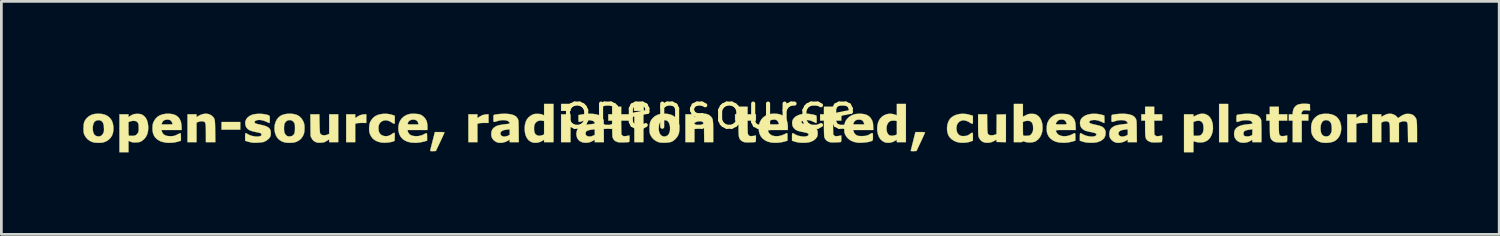
<source format=kicad_pcb>
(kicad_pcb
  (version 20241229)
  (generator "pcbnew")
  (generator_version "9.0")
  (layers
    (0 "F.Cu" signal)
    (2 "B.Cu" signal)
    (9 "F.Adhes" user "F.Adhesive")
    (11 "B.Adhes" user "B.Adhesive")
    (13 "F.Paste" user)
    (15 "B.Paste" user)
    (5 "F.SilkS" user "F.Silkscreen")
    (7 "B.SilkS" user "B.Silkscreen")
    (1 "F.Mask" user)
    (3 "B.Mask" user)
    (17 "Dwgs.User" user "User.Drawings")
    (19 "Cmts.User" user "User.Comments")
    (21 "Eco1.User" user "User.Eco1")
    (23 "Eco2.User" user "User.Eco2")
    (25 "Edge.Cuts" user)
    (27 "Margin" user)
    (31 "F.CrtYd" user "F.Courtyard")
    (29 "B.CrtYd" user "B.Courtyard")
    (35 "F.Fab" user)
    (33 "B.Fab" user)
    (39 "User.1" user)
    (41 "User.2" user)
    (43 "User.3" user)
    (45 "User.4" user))
  (footprint "opensource"
    (layer "F.Cu")
    (at 22.896 1.006)
    (property "Reference" "opensource" (at 0 0 0) (layer "F.SilkS") (effects (font (size 1.27 1.27) (thickness 0.15))))
    (attr through_hole)
    (fp_poly (pts (xy -17.158 0.686) (xy -17.843 0.686) (xy -17.843 0.406) (xy -17.158 0.406) (xy -17.158 0.686)) (stroke (width 0.01) (type solid)) (fill yes) (layer "F.SilkS"))
    (fp_poly (pts (xy -5.08 0) (xy -5.423 0) (xy -5.423 -0.254) (xy -5.08 -0.254) (xy -5.08 0)) (stroke (width 0.01) (type solid)) (fill yes) (layer "F.SilkS"))
    (fp_poly (pts (xy -5.08 1.143) (xy -5.423 1.143) (xy -5.423 0.127) (xy -5.08 0.127) (xy -5.08 1.143)) (stroke (width 0.01) (type solid)) (fill yes) (layer "F.SilkS"))
    (fp_poly (pts (xy -2.413 1.143) (xy -2.743 1.143) (xy -2.743 0.127) (xy -2.413 0.127) (xy -2.413 1.143)) (stroke (width 0.01) (type solid)) (fill yes) (layer "F.SilkS"))
    (fp_poly (pts (xy -2.4 0) (xy -2.756 0) (xy -2.756 -0.254) (xy -2.4 -0.254) (xy -2.4 0)) (stroke (width 0.01) (type solid)) (fill yes) (layer "F.SilkS"))
    (fp_poly (pts (xy 18.974 1.143) (xy 18.644 1.143) (xy 18.644 -0.254) (xy 18.974 -0.254) (xy 18.974 1.143)) (stroke (width 0.01) (type solid)) (fill yes) (layer "F.SilkS"))
    (fp_poly (pts (xy -12.954 0.266) (xy -12.882 0.215) (xy -12.786 0.161) (xy -12.686 0.133) (xy -12.615 0.127) (xy -12.548 0.127) (xy -12.548 0.44) (xy -12.697 0.439) (xy -12.766 0.441) (xy -12.83 0.444) (xy -12.879 0.45) (xy -12.9 0.455) (xy -12.954 0.471) (xy -12.954 1.143) (xy -13.284 1.143) (xy -13.284 0.127) (xy -12.954 0.127) (xy -12.954 0.266)) (stroke (width 0.01) (type solid)) (fill yes) (layer "F.SilkS"))
    (fp_poly (pts (xy -8.484 0.266) (xy -8.411 0.215) (xy -8.315 0.161) (xy -8.215 0.133) (xy -8.145 0.127) (xy -8.077 0.127) (xy -8.077 0.44) (xy -8.226 0.439) (xy -8.296 0.441) (xy -8.359 0.444) (xy -8.409 0.45) (xy -8.43 0.455) (xy -8.484 0.471) (xy -8.484 1.143) (xy -8.814 1.143) (xy -8.814 0.127) (xy -8.484 0.127) (xy -8.484 0.266)) (stroke (width 0.01) (type solid)) (fill yes) (layer "F.SilkS"))
    (fp_poly (pts (xy 23.66 0.267) (xy 23.723 0.221) (xy 23.809 0.172) (xy 23.902 0.139) (xy 23.992 0.127) (xy 23.996 0.127) (xy 24.067 0.127) (xy 24.067 0.44) (xy 23.917 0.439) (xy 23.848 0.441) (xy 23.784 0.444) (xy 23.735 0.45) (xy 23.714 0.455) (xy 23.66 0.471) (xy 23.66 1.143) (xy 23.33 1.143) (xy 23.33 0.127) (xy 23.66 0.127) (xy 23.66 0.267)) (stroke (width 0.01) (type solid)) (fill yes) (layer "F.SilkS"))
    (fp_poly (pts (xy -9.791 0.775) (xy -9.739 0.777) (xy -9.708 0.781) (xy -9.693 0.786) (xy -9.691 0.791) (xy -9.696 0.806) (xy -9.711 0.841) (xy -9.734 0.893) (xy -9.764 0.958) (xy -9.8 1.035) (xy -9.839 1.119) (xy -9.847 1.137) (xy -10.004 1.467) (xy -10.107 1.471) (xy -10.162 1.471) (xy -10.194 1.469) (xy -10.209 1.463) (xy -10.211 1.458) (xy -10.208 1.442) (xy -10.199 1.404) (xy -10.186 1.349) (xy -10.169 1.279) (xy -10.148 1.198) (xy -10.126 1.11) (xy -10.125 1.108) (xy -10.04 0.775) (xy -9.865 0.775) (xy -9.791 0.775)) (stroke (width 0.01) (type solid)) (fill yes) (layer "F.SilkS"))
    (fp_poly (pts (xy 7.786 0.775) (xy 7.838 0.777) (xy 7.87 0.781) (xy 7.885 0.787) (xy 7.887 0.791) (xy 7.881 0.806) (xy 7.866 0.841) (xy 7.843 0.893) (xy 7.813 0.958) (xy 7.778 1.035) (xy 7.739 1.119) (xy 7.73 1.137) (xy 7.574 1.467) (xy 7.47 1.471) (xy 7.422 1.471) (xy 7.386 1.469) (xy 7.367 1.466) (xy 7.365 1.464) (xy 7.368 1.45) (xy 7.377 1.414) (xy 7.39 1.36) (xy 7.407 1.291) (xy 7.427 1.211) (xy 7.449 1.122) (xy 7.451 1.114) (xy 7.537 0.775) (xy 7.712 0.775) (xy 7.786 0.775)) (stroke (width 0.01) (type solid)) (fill yes) (layer "F.SilkS"))
    (fp_poly (pts (xy 21.84 -0.26) (xy 21.85 -0.259) (xy 21.965 -0.248) (xy 21.968 -0.13) (xy 21.972 -0.013) (xy 21.854 -0.021) (xy 21.797 -0.024) (xy 21.76 -0.025) (xy 21.736 -0.021) (xy 21.718 -0.012) (xy 21.701 0.001) (xy 21.673 0.04) (xy 21.659 0.079) (xy 21.651 0.127) (xy 21.907 0.127) (xy 21.907 0.356) (xy 21.666 0.356) (xy 21.666 1.143) (xy 21.336 1.143) (xy 21.336 0.356) (xy 21.196 0.356) (xy 21.196 0.127) (xy 21.333 0.127) (xy 21.339 0.047) (xy 21.357 -0.045) (xy 21.394 -0.123) (xy 21.45 -0.184) (xy 21.51 -0.223) (xy 21.573 -0.244) (xy 21.653 -0.257) (xy 21.745 -0.263) (xy 21.84 -0.26)) (stroke (width 0.01) (type solid)) (fill yes) (layer "F.SilkS"))
    (fp_poly (pts (xy -14.259 0.454) (xy -14.257 0.554) (xy -14.254 0.642) (xy -14.25 0.715) (xy -14.246 0.771) (xy -14.241 0.806) (xy -14.239 0.815) (xy -14.21 0.856) (xy -14.163 0.883) (xy -14.105 0.894) (xy -14.038 0.889) (xy -13.968 0.867) (xy -13.966 0.866) (xy -13.906 0.84) (xy -13.906 0.127) (xy -13.576 0.127) (xy -13.576 1.143) (xy -13.906 1.143) (xy -13.906 1.042) (xy -13.973 1.083) (xy -14.016 1.109) (xy -14.057 1.131) (xy -14.078 1.142) (xy -14.121 1.154) (xy -14.18 1.161) (xy -14.246 1.164) (xy -14.309 1.162) (xy -14.361 1.154) (xy -14.374 1.151) (xy -14.452 1.113) (xy -14.513 1.057) (xy -14.553 0.992) (xy -14.586 0.921) (xy -14.594 0.127) (xy -14.265 0.127) (xy -14.259 0.454)) (stroke (width 0.01) (type solid)) (fill yes) (layer "F.SilkS"))
    (fp_poly (pts (xy -18.302 0.12) (xy -18.222 0.159) (xy -18.18 0.192) (xy -18.154 0.217) (xy -18.133 0.241) (xy -18.117 0.267) (xy -18.104 0.298) (xy -18.094 0.338) (xy -18.087 0.388) (xy -18.082 0.452) (xy -18.079 0.532) (xy -18.077 0.633) (xy -18.075 0.752) (xy -18.07 1.143) (xy -18.415 1.143) (xy -18.415 0.829) (xy -18.416 0.716) (xy -18.417 0.626) (xy -18.42 0.555) (xy -18.425 0.501) (xy -18.432 0.462) (xy -18.442 0.433) (xy -18.455 0.414) (xy -18.471 0.399) (xy -18.473 0.398) (xy -18.515 0.383) (xy -18.57 0.379) (xy -18.632 0.385) (xy -18.69 0.401) (xy -18.7 0.405) (xy -18.758 0.43) (xy -18.758 1.143) (xy -19.088 1.143) (xy -19.088 0.127) (xy -18.758 0.127) (xy -18.758 0.227) (xy -18.685 0.183) (xy -18.586 0.134) (xy -18.487 0.108) (xy -18.392 0.103) (xy -18.302 0.12)) (stroke (width 0.01) (type solid)) (fill yes) (layer "F.SilkS"))
    (fp_poly (pts (xy -0.102 0.113) (xy -0.021 0.146) (xy 0.045 0.196) (xy 0.069 0.222) (xy 0.089 0.248) (xy 0.105 0.276) (xy 0.117 0.31) (xy 0.126 0.352) (xy 0.132 0.406) (xy 0.136 0.473) (xy 0.139 0.558) (xy 0.14 0.663) (xy 0.14 0.764) (xy 0.14 1.143) (xy -0.188 1.143) (xy -0.193 0.809) (xy -0.194 0.701) (xy -0.196 0.615) (xy -0.199 0.549) (xy -0.204 0.499) (xy -0.211 0.462) (xy -0.22 0.436) (xy -0.233 0.418) (xy -0.25 0.404) (xy -0.27 0.392) (xy -0.312 0.38) (xy -0.368 0.378) (xy -0.428 0.387) (xy -0.484 0.405) (xy -0.487 0.407) (xy -0.546 0.435) (xy -0.546 1.143) (xy -0.876 1.143) (xy -0.876 0.127) (xy -0.546 0.127) (xy -0.546 0.23) (xy -0.492 0.197) (xy -0.389 0.143) (xy -0.288 0.112) (xy -0.192 0.102) (xy -0.102 0.113)) (stroke (width 0.01) (type solid)) (fill yes) (layer "F.SilkS"))
    (fp_poly (pts (xy 10.846 1.144) (xy 10.678 1.14) (xy 10.509 1.137) (xy 10.505 1.095) (xy 10.501 1.067) (xy 10.497 1.054) (xy 10.496 1.054) (xy 10.484 1.06) (xy 10.456 1.076) (xy 10.43 1.093) (xy 10.338 1.137) (xy 10.238 1.163) (xy 10.136 1.167) (xy 10.065 1.157) (xy 9.985 1.125) (xy 9.92 1.073) (xy 9.871 1.004) (xy 9.849 0.95) (xy 9.843 0.926) (xy 9.839 0.894) (xy 9.835 0.852) (xy 9.833 0.798) (xy 9.831 0.727) (xy 9.83 0.637) (xy 9.83 0.526) (xy 9.83 0.506) (xy 9.83 0.127) (xy 10.158 0.127) (xy 10.162 0.46) (xy 10.164 0.57) (xy 10.166 0.656) (xy 10.169 0.723) (xy 10.174 0.774) (xy 10.18 0.811) (xy 10.189 0.837) (xy 10.201 0.855) (xy 10.217 0.868) (xy 10.233 0.878) (xy 10.278 0.891) (xy 10.337 0.893) (xy 10.4 0.884) (xy 10.444 0.871) (xy 10.503 0.849) (xy 10.506 0.491) (xy 10.509 0.133) (xy 10.846 0.126) (xy 10.846 1.144)) (stroke (width 0.01) (type solid)) (fill yes) (layer "F.SilkS"))
    (fp_poly (pts (xy 16.269 0.127) (xy 16.561 0.127) (xy 16.561 0.356) (xy 16.267 0.356) (xy 16.271 0.611) (xy 16.275 0.866) (xy 16.312 0.898) (xy 16.337 0.916) (xy 16.362 0.925) (xy 16.397 0.925) (xy 16.42 0.923) (xy 16.467 0.917) (xy 16.509 0.911) (xy 16.526 0.907) (xy 16.561 0.899) (xy 16.561 1.014) (xy 16.559 1.08) (xy 16.554 1.122) (xy 16.545 1.138) (xy 16.528 1.142) (xy 16.49 1.146) (xy 16.437 1.149) (xy 16.374 1.152) (xy 16.358 1.152) (xy 16.283 1.153) (xy 16.228 1.153) (xy 16.186 1.149) (xy 16.151 1.143) (xy 16.119 1.132) (xy 16.073 1.112) (xy 16.031 1.086) (xy 16.015 1.073) (xy 15.992 1.048) (xy 15.974 1.021) (xy 15.961 0.988) (xy 15.951 0.946) (xy 15.945 0.891) (xy 15.941 0.82) (xy 15.939 0.729) (xy 15.938 0.639) (xy 15.938 0.356) (xy 15.799 0.356) (xy 15.799 0.127) (xy 15.938 0.127) (xy 15.938 -0.152) (xy 16.269 -0.152) (xy 16.269 0.127)) (stroke (width 0.01) (type solid)) (fill yes) (layer "F.SilkS"))
    (fp_poly (pts (xy 4.521 0.127) (xy 4.826 0.127) (xy 4.826 0.356) (xy 4.52 0.356) (xy 4.524 0.611) (xy 4.528 0.866) (xy 4.565 0.898) (xy 4.59 0.916) (xy 4.614 0.925) (xy 4.649 0.925) (xy 4.673 0.923) (xy 4.721 0.917) (xy 4.766 0.91) (xy 4.785 0.907) (xy 4.826 0.899) (xy 4.826 1.013) (xy 4.825 1.069) (xy 4.823 1.105) (xy 4.817 1.125) (xy 4.807 1.135) (xy 4.804 1.137) (xy 4.783 1.141) (xy 4.743 1.145) (xy 4.688 1.148) (xy 4.624 1.151) (xy 4.61 1.151) (xy 4.536 1.153) (xy 4.481 1.153) (xy 4.44 1.149) (xy 4.406 1.143) (xy 4.373 1.133) (xy 4.369 1.132) (xy 4.297 1.094) (xy 4.243 1.04) (xy 4.209 0.973) (xy 4.205 0.959) (xy 4.201 0.928) (xy 4.197 0.875) (xy 4.194 0.806) (xy 4.192 0.723) (xy 4.191 0.632) (xy 4.191 0.356) (xy 4.051 0.356) (xy 4.051 0.127) (xy 4.191 0.127) (xy 4.191 -0.152) (xy 4.521 -0.152) (xy 4.521 0.127)) (stroke (width 0.01) (type solid)) (fill yes) (layer "F.SilkS"))
    (fp_poly (pts (xy -3.226 0.127) (xy -2.921 0.127) (xy -2.921 0.356) (xy -3.227 0.356) (xy -3.223 0.611) (xy -3.219 0.866) (xy -3.182 0.898) (xy -3.157 0.916) (xy -3.133 0.925) (xy -3.098 0.925) (xy -3.074 0.923) (xy -3.026 0.917) (xy -2.981 0.91) (xy -2.962 0.907) (xy -2.921 0.899) (xy -2.921 1.013) (xy -2.922 1.069) (xy -2.924 1.105) (xy -2.93 1.125) (xy -2.94 1.135) (xy -2.943 1.137) (xy -2.964 1.141) (xy -3.004 1.145) (xy -3.059 1.149) (xy -3.123 1.151) (xy -3.137 1.152) (xy -3.212 1.153) (xy -3.267 1.152) (xy -3.309 1.149) (xy -3.343 1.142) (xy -3.375 1.133) (xy -3.435 1.107) (xy -3.477 1.075) (xy -3.511 1.03) (xy -3.522 1.01) (xy -3.531 0.992) (xy -3.538 0.973) (xy -3.543 0.949) (xy -3.547 0.916) (xy -3.549 0.871) (xy -3.551 0.811) (xy -3.553 0.732) (xy -3.554 0.657) (xy -3.558 0.356) (xy -3.696 0.356) (xy -3.696 0.127) (xy -3.556 0.127) (xy -3.556 -0.152) (xy -3.226 -0.152) (xy -3.226 0.127)) (stroke (width 0.01) (type solid)) (fill yes) (layer "F.SilkS"))
    (fp_poly (pts (xy 20.828 0.127) (xy 21.133 0.127) (xy 21.133 0.356) (xy 20.828 0.356) (xy 20.828 0.575) (xy 20.829 0.651) (xy 20.831 0.721) (xy 20.834 0.78) (xy 20.838 0.824) (xy 20.841 0.841) (xy 20.858 0.881) (xy 20.884 0.907) (xy 20.922 0.921) (xy 20.976 0.923) (xy 21.048 0.915) (xy 21.092 0.907) (xy 21.133 0.899) (xy 21.133 1.013) (xy 21.132 1.069) (xy 21.129 1.105) (xy 21.124 1.125) (xy 21.114 1.135) (xy 21.111 1.137) (xy 21.083 1.143) (xy 21.036 1.148) (xy 20.977 1.151) (xy 20.91 1.152) (xy 20.842 1.151) (xy 20.779 1.149) (xy 20.728 1.145) (xy 20.695 1.139) (xy 20.693 1.138) (xy 20.621 1.106) (xy 20.568 1.06) (xy 20.534 1.006) (xy 20.524 0.986) (xy 20.517 0.965) (xy 20.512 0.941) (xy 20.508 0.909) (xy 20.505 0.866) (xy 20.503 0.808) (xy 20.501 0.732) (xy 20.5 0.651) (xy 20.496 0.356) (xy 20.371 0.356) (xy 20.371 0.127) (xy 20.498 0.127) (xy 20.498 -0.152) (xy 20.828 -0.152) (xy 20.828 0.127)) (stroke (width 0.01) (type solid)) (fill yes) (layer "F.SilkS"))
    (fp_poly (pts (xy 1.397 0.127) (xy 1.702 0.127) (xy 1.702 0.356) (xy 1.397 0.356) (xy 1.397 0.575) (xy 1.398 0.651) (xy 1.4 0.721) (xy 1.403 0.78) (xy 1.407 0.824) (xy 1.41 0.841) (xy 1.427 0.881) (xy 1.453 0.907) (xy 1.491 0.921) (xy 1.545 0.923) (xy 1.617 0.915) (xy 1.661 0.907) (xy 1.702 0.899) (xy 1.702 1.013) (xy 1.701 1.069) (xy 1.698 1.105) (xy 1.693 1.125) (xy 1.683 1.135) (xy 1.68 1.137) (xy 1.659 1.141) (xy 1.619 1.145) (xy 1.564 1.148) (xy 1.5 1.151) (xy 1.486 1.151) (xy 1.403 1.152) (xy 1.34 1.15) (xy 1.292 1.145) (xy 1.255 1.136) (xy 1.254 1.136) (xy 1.207 1.114) (xy 1.162 1.084) (xy 1.15 1.073) (xy 1.125 1.045) (xy 1.105 1.014) (xy 1.091 0.978) (xy 1.08 0.932) (xy 1.073 0.873) (xy 1.069 0.798) (xy 1.067 0.703) (xy 1.067 0.626) (xy 1.067 0.356) (xy 0.94 0.356) (xy 0.94 0.127) (xy 1.067 0.127) (xy 1.067 -0.152) (xy 1.397 -0.152) (xy 1.397 0.127)) (stroke (width 0.01) (type solid)) (fill yes) (layer "F.SilkS"))
    (fp_poly (pts (xy 7.188 1.143) (xy 6.86 1.143) (xy 6.856 1.099) (xy 6.852 1.054) (xy 6.795 1.092) (xy 6.714 1.134) (xy 6.624 1.16) (xy 6.533 1.168) (xy 6.448 1.158) (xy 6.422 1.15) (xy 6.334 1.106) (xy 6.262 1.042) (xy 6.206 0.959) (xy 6.166 0.856) (xy 6.142 0.734) (xy 6.14 0.716) (xy 6.139 0.669) (xy 6.479 0.669) (xy 6.488 0.739) (xy 6.508 0.803) (xy 6.54 0.855) (xy 6.584 0.891) (xy 6.608 0.901) (xy 6.666 0.909) (xy 6.732 0.905) (xy 6.795 0.888) (xy 6.811 0.881) (xy 6.858 0.859) (xy 6.858 0.37) (xy 6.819 0.362) (xy 6.755 0.354) (xy 6.688 0.357) (xy 6.629 0.368) (xy 6.609 0.376) (xy 6.56 0.412) (xy 6.523 0.463) (xy 6.496 0.526) (xy 6.482 0.597) (xy 6.479 0.669) (xy 6.139 0.669) (xy 6.138 0.615) (xy 6.15 0.511) (xy 6.175 0.415) (xy 6.19 0.375) (xy 6.243 0.285) (xy 6.313 0.211) (xy 6.397 0.156) (xy 6.491 0.12) (xy 6.592 0.104) (xy 6.696 0.112) (xy 6.766 0.13) (xy 6.858 0.161) (xy 6.858 -0.254) (xy 7.188 -0.254) (xy 7.188 1.143)) (stroke (width 0.01) (type solid)) (fill yes) (layer "F.SilkS"))
    (fp_poly (pts (xy -5.702 1.143) (xy -6.045 1.143) (xy -6.045 1.055) (xy -6.106 1.093) (xy -6.198 1.138) (xy -6.297 1.163) (xy -6.397 1.166) (xy -6.458 1.157) (xy -6.543 1.123) (xy -6.614 1.07) (xy -6.672 0.996) (xy -6.716 0.905) (xy -6.744 0.797) (xy -6.756 0.675) (xy -6.756 0.648) (xy -6.754 0.616) (xy -6.413 0.616) (xy -6.412 0.688) (xy -6.404 0.755) (xy -6.389 0.808) (xy -6.388 0.81) (xy -6.352 0.86) (xy -6.301 0.894) (xy -6.238 0.91) (xy -6.169 0.906) (xy -6.096 0.883) (xy -6.092 0.881) (xy -6.045 0.859) (xy -6.045 0.37) (xy -6.084 0.362) (xy -6.174 0.352) (xy -6.252 0.363) (xy -6.317 0.396) (xy -6.367 0.449) (xy -6.394 0.498) (xy -6.407 0.55) (xy -6.413 0.616) (xy -6.754 0.616) (xy -6.747 0.518) (xy -6.72 0.405) (xy -6.674 0.31) (xy -6.61 0.231) (xy -6.527 0.169) (xy -6.493 0.15) (xy -6.45 0.13) (xy -6.415 0.118) (xy -6.38 0.111) (xy -6.334 0.109) (xy -6.287 0.109) (xy -6.22 0.111) (xy -6.171 0.116) (xy -6.131 0.127) (xy -6.106 0.137) (xy -6.045 0.164) (xy -6.045 -0.254) (xy -5.702 -0.254) (xy -5.702 1.143)) (stroke (width 0.01) (type solid)) (fill yes) (layer "F.SilkS"))
    (fp_poly (pts (xy 18.1 0.107) (xy 18.185 0.135) (xy 18.259 0.183) (xy 18.321 0.252) (xy 18.37 0.34) (xy 18.403 0.447) (xy 18.415 0.521) (xy 18.42 0.653) (xy 18.403 0.776) (xy 18.366 0.888) (xy 18.32 0.972) (xy 18.28 1.023) (xy 18.238 1.063) (xy 18.184 1.099) (xy 18.148 1.118) (xy 18.077 1.143) (xy 17.992 1.154) (xy 17.899 1.152) (xy 17.805 1.137) (xy 17.72 1.109) (xy 17.713 1.112) (xy 17.709 1.129) (xy 17.706 1.162) (xy 17.704 1.215) (xy 17.704 1.29) (xy 17.704 1.307) (xy 17.704 1.511) (xy 17.361 1.511) (xy 17.361 0.405) (xy 17.704 0.405) (xy 17.704 0.652) (xy 17.704 0.744) (xy 17.706 0.812) (xy 17.708 0.86) (xy 17.712 0.89) (xy 17.717 0.905) (xy 17.72 0.907) (xy 17.739 0.91) (xy 17.777 0.911) (xy 17.825 0.911) (xy 17.837 0.911) (xy 17.893 0.908) (xy 17.932 0.902) (xy 17.961 0.891) (xy 17.982 0.877) (xy 18.029 0.828) (xy 18.06 0.761) (xy 18.074 0.673) (xy 18.075 0.635) (xy 18.07 0.541) (xy 18.052 0.469) (xy 18.022 0.416) (xy 17.978 0.38) (xy 17.948 0.367) (xy 17.891 0.359) (xy 17.824 0.364) (xy 17.757 0.383) (xy 17.749 0.386) (xy 17.704 0.405) (xy 17.361 0.405) (xy 17.361 0.127) (xy 17.704 0.127) (xy 17.704 0.213) (xy 17.803 0.162) (xy 17.908 0.12) (xy 18.008 0.102) (xy 18.1 0.107)) (stroke (width 0.01) (type solid)) (fill yes) (layer "F.SilkS"))
    (fp_poly (pts (xy -11.788 0.108) (xy -11.669 0.126) (xy -11.575 0.154) (xy -11.506 0.18) (xy -11.506 0.325) (xy -11.506 0.387) (xy -11.508 0.429) (xy -11.511 0.453) (xy -11.517 0.466) (xy -11.526 0.47) (xy -11.531 0.47) (xy -11.555 0.462) (xy -11.589 0.443) (xy -11.615 0.426) (xy -11.675 0.389) (xy -11.746 0.36) (xy -11.814 0.345) (xy -11.842 0.343) (xy -11.919 0.354) (xy -11.987 0.386) (xy -12.043 0.435) (xy -12.081 0.497) (xy -12.088 0.517) (xy -12.1 0.58) (xy -12.102 0.651) (xy -12.096 0.72) (xy -12.081 0.777) (xy -12.079 0.782) (xy -12.038 0.844) (xy -11.982 0.889) (xy -11.914 0.916) (xy -11.838 0.926) (xy -11.759 0.918) (xy -11.681 0.89) (xy -11.609 0.845) (xy -11.574 0.82) (xy -11.543 0.804) (xy -11.529 0.8) (xy -11.519 0.802) (xy -11.513 0.81) (xy -11.509 0.828) (xy -11.508 0.861) (xy -11.508 0.913) (xy -11.509 0.949) (xy -11.513 1.097) (xy -11.601 1.128) (xy -11.675 1.146) (xy -11.763 1.158) (xy -11.857 1.164) (xy -11.946 1.163) (xy -12.01 1.155) (xy -12.13 1.124) (xy -12.231 1.075) (xy -12.314 1.009) (xy -12.377 0.926) (xy -12.422 0.826) (xy -12.427 0.807) (xy -12.442 0.731) (xy -12.446 0.644) (xy -12.441 0.554) (xy -12.427 0.471) (xy -12.405 0.404) (xy -12.361 0.328) (xy -12.302 0.257) (xy -12.238 0.202) (xy -12.228 0.196) (xy -12.135 0.15) (xy -12.027 0.12) (xy -11.91 0.106) (xy -11.788 0.108)) (stroke (width 0.01) (type solid)) (fill yes) (layer "F.SilkS"))
    (fp_poly (pts (xy 22.643 0.107) (xy 22.762 0.128) (xy 22.864 0.167) (xy 22.949 0.226) (xy 23.017 0.302) (xy 23.067 0.396) (xy 23.099 0.508) (xy 23.105 0.548) (xy 23.111 0.666) (xy 23.096 0.778) (xy 23.064 0.88) (xy 23.014 0.971) (xy 22.948 1.046) (xy 22.868 1.103) (xy 22.851 1.112) (xy 22.769 1.141) (xy 22.672 1.16) (xy 22.569 1.168) (xy 22.467 1.165) (xy 22.375 1.151) (xy 22.368 1.149) (xy 22.263 1.109) (xy 22.176 1.051) (xy 22.105 0.974) (xy 22.056 0.89) (xy 22.037 0.846) (xy 22.024 0.804) (xy 22.017 0.757) (xy 22.012 0.695) (xy 22.012 0.683) (xy 22.012 0.618) (xy 22.353 0.618) (xy 22.355 0.681) (xy 22.366 0.769) (xy 22.388 0.835) (xy 22.423 0.884) (xy 22.47 0.916) (xy 22.531 0.933) (xy 22.595 0.932) (xy 22.652 0.915) (xy 22.669 0.904) (xy 22.693 0.88) (xy 22.72 0.842) (xy 22.733 0.819) (xy 22.749 0.782) (xy 22.758 0.746) (xy 22.763 0.702) (xy 22.764 0.642) (xy 22.759 0.541) (xy 22.74 0.462) (xy 22.708 0.403) (xy 22.662 0.363) (xy 22.606 0.342) (xy 22.535 0.336) (xy 22.475 0.353) (xy 22.425 0.391) (xy 22.388 0.449) (xy 22.363 0.525) (xy 22.353 0.618) (xy 22.012 0.618) (xy 22.012 0.562) (xy 22.028 0.459) (xy 22.06 0.371) (xy 22.11 0.293) (xy 22.169 0.23) (xy 22.238 0.177) (xy 22.314 0.139) (xy 22.402 0.116) (xy 22.507 0.105) (xy 22.643 0.107)) (stroke (width 0.01) (type solid)) (fill yes) (layer "F.SilkS"))
    (fp_poly (pts (xy 25.012 0.124) (xy 25.09 0.165) (xy 25.133 0.203) (xy 25.192 0.264) (xy 25.242 0.226) (xy 25.28 0.2) (xy 25.33 0.171) (xy 25.375 0.148) (xy 25.422 0.127) (xy 25.463 0.114) (xy 25.507 0.109) (xy 25.559 0.108) (xy 25.645 0.115) (xy 25.714 0.138) (xy 25.773 0.179) (xy 25.814 0.225) (xy 25.832 0.251) (xy 25.847 0.279) (xy 25.859 0.311) (xy 25.868 0.351) (xy 25.874 0.402) (xy 25.878 0.466) (xy 25.881 0.546) (xy 25.882 0.645) (xy 25.883 0.767) (xy 25.883 0.775) (xy 25.883 1.143) (xy 25.555 1.143) (xy 25.55 0.803) (xy 25.549 0.695) (xy 25.547 0.609) (xy 25.544 0.542) (xy 25.54 0.492) (xy 25.534 0.456) (xy 25.526 0.431) (xy 25.515 0.414) (xy 25.501 0.401) (xy 25.487 0.393) (xy 25.443 0.38) (xy 25.386 0.379) (xy 25.326 0.389) (xy 25.28 0.406) (xy 25.222 0.434) (xy 25.222 1.143) (xy 24.892 1.143) (xy 24.892 0.829) (xy 24.891 0.716) (xy 24.89 0.626) (xy 24.887 0.555) (xy 24.882 0.502) (xy 24.875 0.462) (xy 24.865 0.434) (xy 24.852 0.414) (xy 24.836 0.399) (xy 24.833 0.398) (xy 24.788 0.381) (xy 24.73 0.378) (xy 24.67 0.389) (xy 24.628 0.405) (xy 24.575 0.432) (xy 24.575 1.143) (xy 24.244 1.143) (xy 24.244 0.127) (xy 24.575 0.127) (xy 24.575 0.228) (xy 24.651 0.178) (xy 24.743 0.131) (xy 24.836 0.106) (xy 24.927 0.104) (xy 25.012 0.124)) (stroke (width 0.01) (type solid)) (fill yes) (layer "F.SilkS"))
    (fp_poly (pts (xy 9.405 0.115) (xy 9.533 0.145) (xy 9.535 0.146) (xy 9.639 0.179) (xy 9.639 0.324) (xy 9.639 0.387) (xy 9.638 0.428) (xy 9.635 0.453) (xy 9.629 0.465) (xy 9.62 0.469) (xy 9.612 0.47) (xy 9.585 0.462) (xy 9.551 0.444) (xy 9.54 0.436) (xy 9.482 0.399) (xy 9.414 0.37) (xy 9.347 0.35) (xy 9.296 0.343) (xy 9.219 0.355) (xy 9.15 0.389) (xy 9.094 0.442) (xy 9.056 0.511) (xy 9.053 0.517) (xy 9.045 0.556) (xy 9.039 0.608) (xy 9.037 0.648) (xy 9.047 0.738) (xy 9.075 0.811) (xy 9.122 0.868) (xy 9.145 0.885) (xy 9.176 0.903) (xy 9.204 0.914) (xy 9.239 0.919) (xy 9.289 0.921) (xy 9.302 0.921) (xy 9.38 0.915) (xy 9.445 0.898) (xy 9.504 0.866) (xy 9.547 0.832) (xy 9.579 0.811) (xy 9.608 0.8) (xy 9.613 0.8) (xy 9.624 0.801) (xy 9.632 0.808) (xy 9.636 0.825) (xy 9.638 0.856) (xy 9.639 0.905) (xy 9.639 0.945) (xy 9.639 1.089) (xy 9.587 1.11) (xy 9.462 1.148) (xy 9.327 1.165) (xy 9.186 1.163) (xy 9.119 1.154) (xy 9.021 1.128) (xy 8.929 1.084) (xy 8.848 1.026) (xy 8.783 0.957) (xy 8.744 0.895) (xy 8.71 0.798) (xy 8.693 0.694) (xy 8.694 0.588) (xy 8.71 0.485) (xy 8.742 0.39) (xy 8.789 0.307) (xy 8.843 0.247) (xy 8.932 0.185) (xy 9.037 0.14) (xy 9.154 0.113) (xy 9.277 0.105) (xy 9.405 0.115)) (stroke (width 0.01) (type solid)) (fill yes) (layer "F.SilkS"))
    (fp_poly (pts (xy -20.861 0.11) (xy -20.816 0.115) (xy -20.779 0.125) (xy -20.749 0.138) (xy -20.674 0.189) (xy -20.613 0.259) (xy -20.568 0.348) (xy -20.538 0.454) (xy -20.524 0.576) (xy -20.523 0.617) (xy -20.533 0.745) (xy -20.563 0.859) (xy -20.613 0.957) (xy -20.681 1.04) (xy -20.767 1.105) (xy -20.793 1.119) (xy -20.829 1.135) (xy -20.872 1.145) (xy -20.928 1.151) (xy -20.969 1.153) (xy -21.03 1.155) (xy -21.074 1.153) (xy -21.111 1.147) (xy -21.148 1.135) (xy -21.169 1.127) (xy -21.247 1.095) (xy -21.247 1.511) (xy -21.577 1.511) (xy -21.577 0.408) (xy -21.247 0.408) (xy -21.247 0.654) (xy -21.247 0.745) (xy -21.245 0.813) (xy -21.243 0.86) (xy -21.239 0.89) (xy -21.234 0.904) (xy -21.231 0.906) (xy -21.211 0.909) (xy -21.174 0.912) (xy -21.126 0.913) (xy -21.122 0.913) (xy -21.064 0.912) (xy -21.022 0.905) (xy -20.986 0.891) (xy -20.98 0.888) (xy -20.943 0.859) (xy -20.91 0.82) (xy -20.903 0.808) (xy -20.889 0.781) (xy -20.88 0.753) (xy -20.875 0.718) (xy -20.873 0.67) (xy -20.872 0.622) (xy -20.875 0.544) (xy -20.882 0.486) (xy -20.897 0.444) (xy -20.92 0.412) (xy -20.951 0.387) (xy -20.996 0.369) (xy -21.055 0.363) (xy -21.12 0.368) (xy -21.183 0.384) (xy -21.187 0.385) (xy -21.247 0.408) (xy -21.577 0.408) (xy -21.577 0.127) (xy -21.247 0.127) (xy -21.247 0.228) (xy -21.191 0.19) (xy -21.129 0.152) (xy -21.075 0.127) (xy -21.02 0.114) (xy -20.952 0.109) (xy -20.923 0.109) (xy -20.861 0.11)) (stroke (width 0.01) (type solid)) (fill yes) (layer "F.SilkS"))
    (fp_poly (pts (xy -10.747 0.107) (xy -10.67 0.114) (xy -10.604 0.125) (xy -10.573 0.134) (xy -10.508 0.169) (xy -10.439 0.227) (xy -10.437 0.229) (xy -10.384 0.293) (xy -10.346 0.363) (xy -10.323 0.444) (xy -10.313 0.541) (xy -10.312 0.586) (xy -10.312 0.699) (xy -11.036 0.699) (xy -11.036 0.726) (xy -11.03 0.753) (xy -11.014 0.79) (xy -11.005 0.807) (xy -10.965 0.856) (xy -10.912 0.891) (xy -10.841 0.914) (xy -10.75 0.924) (xy -10.744 0.925) (xy -10.627 0.919) (xy -10.515 0.89) (xy -10.418 0.844) (xy -10.38 0.822) (xy -10.354 0.813) (xy -10.338 0.818) (xy -10.329 0.841) (xy -10.326 0.883) (xy -10.325 0.948) (xy -10.325 0.951) (xy -10.325 1.088) (xy -10.418 1.116) (xy -10.576 1.152) (xy -10.733 1.167) (xy -10.884 1.161) (xy -10.928 1.155) (xy -11.049 1.124) (xy -11.152 1.076) (xy -11.237 1.011) (xy -11.302 0.93) (xy -11.347 0.833) (xy -11.373 0.721) (xy -11.376 0.69) (xy -11.374 0.566) (xy -11.353 0.464) (xy -11.036 0.464) (xy -11.033 0.479) (xy -11.017 0.488) (xy -10.985 0.493) (xy -10.933 0.495) (xy -10.861 0.495) (xy -10.639 0.495) (xy -10.648 0.454) (xy -10.67 0.392) (xy -10.71 0.349) (xy -10.767 0.324) (xy -10.83 0.318) (xy -10.903 0.326) (xy -10.962 0.352) (xy -11.005 0.392) (xy -11.016 0.411) (xy -11.03 0.442) (xy -11.036 0.464) (xy -11.353 0.464) (xy -11.351 0.454) (xy -11.307 0.353) (xy -11.244 0.267) (xy -11.162 0.197) (xy -11.064 0.144) (xy -10.96 0.113) (xy -10.901 0.106) (xy -10.827 0.104) (xy -10.747 0.107)) (stroke (width 0.01) (type solid)) (fill yes) (layer "F.SilkS"))
    (fp_poly (pts (xy -1.515 0.112) (xy -1.401 0.142) (xy -1.304 0.19) (xy -1.224 0.256) (xy -1.163 0.34) (xy -1.12 0.439) (xy -1.097 0.554) (xy -1.095 0.683) (xy -1.096 0.69) (xy -1.109 0.792) (xy -1.135 0.877) (xy -1.177 0.951) (xy -1.236 1.022) (xy -1.238 1.023) (xy -1.293 1.074) (xy -1.348 1.111) (xy -1.407 1.137) (xy -1.477 1.153) (xy -1.562 1.161) (xy -1.619 1.164) (xy -1.706 1.165) (xy -1.773 1.161) (xy -1.825 1.153) (xy -1.841 1.149) (xy -1.94 1.109) (xy -2.028 1.049) (xy -2.1 0.973) (xy -2.154 0.883) (xy -2.161 0.866) (xy -2.174 0.831) (xy -2.182 0.795) (xy -2.187 0.754) (xy -2.189 0.699) (xy -2.19 0.635) (xy -2.189 0.602) (xy -1.853 0.602) (xy -1.852 0.691) (xy -1.837 0.771) (xy -1.809 0.839) (xy -1.77 0.89) (xy -1.721 0.922) (xy -1.71 0.926) (xy -1.667 0.936) (xy -1.633 0.937) (xy -1.591 0.928) (xy -1.585 0.927) (xy -1.53 0.899) (xy -1.486 0.85) (xy -1.456 0.783) (xy -1.439 0.699) (xy -1.438 0.6) (xy -1.439 0.589) (xy -1.454 0.499) (xy -1.483 0.427) (xy -1.525 0.375) (xy -1.58 0.345) (xy -1.645 0.336) (xy -1.691 0.342) (xy -1.752 0.368) (xy -1.799 0.414) (xy -1.832 0.477) (xy -1.84 0.507) (xy -1.853 0.602) (xy -2.189 0.602) (xy -2.187 0.538) (xy -2.177 0.46) (xy -2.158 0.395) (xy -2.129 0.337) (xy -2.086 0.281) (xy -2.07 0.263) (xy -1.992 0.194) (xy -1.9 0.145) (xy -1.793 0.114) (xy -1.669 0.102) (xy -1.645 0.102) (xy -1.515 0.112)) (stroke (width 0.01) (type solid)) (fill yes) (layer "F.SilkS"))
    (fp_poly (pts (xy -22.224 0.111) (xy -22.11 0.139) (xy -22.013 0.185) (xy -21.933 0.25) (xy -21.87 0.334) (xy -21.847 0.378) (xy -21.816 0.471) (xy -21.799 0.576) (xy -21.797 0.684) (xy -21.811 0.788) (xy -21.839 0.881) (xy -21.845 0.894) (xy -21.899 0.981) (xy -21.973 1.055) (xy -22.061 1.113) (xy -22.161 1.151) (xy -22.176 1.155) (xy -22.231 1.163) (xy -22.302 1.167) (xy -22.38 1.166) (xy -22.456 1.162) (xy -22.519 1.153) (xy -22.542 1.148) (xy -22.641 1.109) (xy -22.728 1.05) (xy -22.801 0.973) (xy -22.855 0.883) (xy -22.862 0.866) (xy -22.875 0.831) (xy -22.883 0.797) (xy -22.888 0.757) (xy -22.891 0.704) (xy -22.891 0.66) (xy -22.555 0.66) (xy -22.546 0.739) (xy -22.527 0.809) (xy -22.497 0.866) (xy -22.484 0.881) (xy -22.433 0.916) (xy -22.372 0.933) (xy -22.308 0.932) (xy -22.251 0.912) (xy -22.238 0.903) (xy -22.212 0.878) (xy -22.185 0.842) (xy -22.174 0.824) (xy -22.159 0.794) (xy -22.149 0.764) (xy -22.144 0.727) (xy -22.143 0.675) (xy -22.143 0.648) (xy -22.148 0.546) (xy -22.166 0.466) (xy -22.197 0.406) (xy -22.241 0.365) (xy -22.297 0.342) (xy -22.365 0.338) (xy -22.429 0.355) (xy -22.481 0.389) (xy -22.515 0.438) (xy -22.539 0.503) (xy -22.552 0.579) (xy -22.555 0.66) (xy -22.891 0.66) (xy -22.891 0.635) (xy -22.888 0.538) (xy -22.878 0.459) (xy -22.859 0.394) (xy -22.829 0.337) (xy -22.787 0.281) (xy -22.772 0.263) (xy -22.692 0.194) (xy -22.6 0.144) (xy -22.493 0.113) (xy -22.371 0.102) (xy -22.356 0.102) (xy -22.224 0.111)) (stroke (width 0.01) (type solid)) (fill yes) (layer "F.SilkS"))
    (fp_poly (pts (xy -15.229 0.111) (xy -15.123 0.135) (xy -15.052 0.164) (xy -14.977 0.215) (xy -14.911 0.286) (xy -14.858 0.372) (xy -14.822 0.466) (xy -14.822 0.467) (xy -14.812 0.523) (xy -14.808 0.594) (xy -14.808 0.672) (xy -14.814 0.747) (xy -14.824 0.81) (xy -14.828 0.826) (xy -14.87 0.927) (xy -14.932 1.013) (xy -15.011 1.081) (xy -15.106 1.131) (xy -15.187 1.154) (xy -15.245 1.162) (xy -15.317 1.166) (xy -15.394 1.166) (xy -15.466 1.162) (xy -15.527 1.154) (xy -15.546 1.15) (xy -15.652 1.109) (xy -15.741 1.05) (xy -15.811 0.974) (xy -15.862 0.88) (xy -15.895 0.77) (xy -15.901 0.733) (xy -15.907 0.614) (xy -15.906 0.604) (xy -15.558 0.604) (xy -15.558 0.677) (xy -15.553 0.744) (xy -15.545 0.788) (xy -15.523 0.836) (xy -15.49 0.88) (xy -15.45 0.915) (xy -15.415 0.931) (xy -15.364 0.935) (xy -15.308 0.928) (xy -15.259 0.912) (xy -15.24 0.902) (xy -15.207 0.872) (xy -15.183 0.835) (xy -15.168 0.787) (xy -15.16 0.722) (xy -15.157 0.637) (xy -15.157 0.635) (xy -15.158 0.569) (xy -15.16 0.522) (xy -15.166 0.487) (xy -15.174 0.46) (xy -15.186 0.435) (xy -15.227 0.382) (xy -15.278 0.349) (xy -15.335 0.335) (xy -15.394 0.339) (xy -15.45 0.361) (xy -15.498 0.4) (xy -15.534 0.456) (xy -15.543 0.482) (xy -15.553 0.535) (xy -15.558 0.604) (xy -15.906 0.604) (xy -15.894 0.501) (xy -15.863 0.398) (xy -15.815 0.306) (xy -15.751 0.23) (xy -15.673 0.173) (xy -15.661 0.166) (xy -15.565 0.129) (xy -15.457 0.108) (xy -15.342 0.102) (xy -15.229 0.111)) (stroke (width 0.01) (type solid)) (fill yes) (layer "F.SilkS"))
    (fp_poly (pts (xy 11.468 0.213) (xy 11.571 0.161) (xy 11.622 0.135) (xy 11.661 0.12) (xy 11.696 0.112) (xy 11.739 0.108) (xy 11.784 0.108) (xy 11.85 0.11) (xy 11.899 0.117) (xy 11.94 0.13) (xy 11.951 0.135) (xy 12.028 0.184) (xy 12.09 0.253) (xy 12.138 0.342) (xy 12.171 0.449) (xy 12.181 0.512) (xy 12.188 0.638) (xy 12.174 0.757) (xy 12.142 0.865) (xy 12.093 0.961) (xy 12.027 1.041) (xy 11.945 1.104) (xy 11.916 1.12) (xy 11.855 1.14) (xy 11.779 1.152) (xy 11.696 1.155) (xy 11.616 1.148) (xy 11.547 1.132) (xy 11.544 1.131) (xy 11.499 1.115) (xy 11.472 1.108) (xy 11.46 1.108) (xy 11.456 1.117) (xy 11.455 1.124) (xy 11.452 1.132) (xy 11.438 1.138) (xy 11.41 1.141) (xy 11.365 1.143) (xy 11.298 1.143) (xy 11.297 1.143) (xy 11.138 1.143) (xy 11.138 0.405) (xy 11.468 0.405) (xy 11.468 0.652) (xy 11.469 0.744) (xy 11.47 0.812) (xy 11.472 0.86) (xy 11.476 0.89) (xy 11.482 0.905) (xy 11.484 0.907) (xy 11.503 0.91) (xy 11.541 0.911) (xy 11.59 0.911) (xy 11.604 0.911) (xy 11.662 0.908) (xy 11.702 0.901) (xy 11.731 0.89) (xy 11.743 0.882) (xy 11.77 0.855) (xy 11.798 0.816) (xy 11.811 0.793) (xy 11.827 0.756) (xy 11.837 0.718) (xy 11.841 0.672) (xy 11.842 0.623) (xy 11.836 0.536) (xy 11.819 0.47) (xy 11.789 0.419) (xy 11.756 0.388) (xy 11.716 0.371) (xy 11.661 0.363) (xy 11.599 0.364) (xy 11.541 0.375) (xy 11.516 0.384) (xy 11.468 0.405) (xy 11.138 0.405) (xy 11.138 -0.254) (xy 11.468 -0.254) (xy 11.468 0.213)) (stroke (width 0.01) (type solid)) (fill yes) (layer "F.SilkS"))
    (fp_poly (pts (xy -4.228 0.112) (xy -4.125 0.129) (xy -4.039 0.156) (xy -3.976 0.19) (xy -3.947 0.217) (xy -3.915 0.256) (xy -3.902 0.277) (xy -3.867 0.337) (xy -3.859 1.143) (xy -4.191 1.143) (xy -4.191 1.099) (xy -4.192 1.069) (xy -4.196 1.054) (xy -4.197 1.054) (xy -4.21 1.061) (xy -4.236 1.077) (xy -4.258 1.092) (xy -4.343 1.135) (xy -4.439 1.16) (xy -4.539 1.166) (xy -4.635 1.152) (xy -4.659 1.144) (xy -4.739 1.105) (xy -4.8 1.049) (xy -4.841 0.977) (xy -4.861 0.891) (xy -4.864 0.847) (xy -4.863 0.834) (xy -4.531 0.834) (xy -4.519 0.876) (xy -4.488 0.909) (xy -4.444 0.93) (xy -4.389 0.938) (xy -4.326 0.932) (xy -4.259 0.909) (xy -4.258 0.909) (xy -4.191 0.877) (xy -4.191 0.672) (xy -4.258 0.68) (xy -4.348 0.692) (xy -4.416 0.707) (xy -4.465 0.724) (xy -4.498 0.747) (xy -4.518 0.775) (xy -4.522 0.784) (xy -4.531 0.834) (xy -4.863 0.834) (xy -4.856 0.761) (xy -4.832 0.689) (xy -4.79 0.629) (xy -4.728 0.58) (xy -4.646 0.543) (xy -4.543 0.515) (xy -4.417 0.496) (xy -4.407 0.495) (xy -4.328 0.486) (xy -4.272 0.48) (xy -4.233 0.474) (xy -4.209 0.469) (xy -4.197 0.463) (xy -4.192 0.455) (xy -4.191 0.446) (xy -4.203 0.409) (xy -4.235 0.379) (xy -4.285 0.357) (xy -4.349 0.343) (xy -4.422 0.338) (xy -4.502 0.342) (xy -4.585 0.356) (xy -4.642 0.372) (xy -4.704 0.393) (xy -4.745 0.404) (xy -4.77 0.402) (xy -4.783 0.386) (xy -4.787 0.353) (xy -4.788 0.3) (xy -4.788 0.28) (xy -4.788 0.155) (xy -4.728 0.142) (xy -4.597 0.119) (xy -4.467 0.107) (xy -4.343 0.105) (xy -4.228 0.112)) (stroke (width 0.01) (type solid)) (fill yes) (layer "F.SilkS"))
    (fp_poly (pts (xy -19.634 0.119) (xy -19.535 0.151) (xy -19.454 0.202) (xy -19.391 0.27) (xy -19.345 0.357) (xy -19.316 0.462) (xy -19.304 0.586) (xy -19.304 0.612) (xy -19.304 0.699) (xy -20.041 0.699) (xy -20.033 0.733) (xy -20.005 0.805) (xy -19.959 0.86) (xy -19.894 0.898) (xy -19.81 0.92) (xy -19.706 0.925) (xy -19.683 0.925) (xy -19.626 0.921) (xy -19.582 0.914) (xy -19.54 0.901) (xy -19.492 0.879) (xy -19.465 0.866) (xy -19.417 0.843) (xy -19.376 0.825) (xy -19.35 0.814) (xy -19.343 0.813) (xy -19.336 0.825) (xy -19.332 0.863) (xy -19.33 0.926) (xy -19.329 0.952) (xy -19.329 1.091) (xy -19.413 1.117) (xy -19.471 1.133) (xy -19.535 1.148) (xy -19.575 1.155) (xy -19.625 1.161) (xy -19.688 1.165) (xy -19.754 1.167) (xy -19.816 1.166) (xy -19.865 1.163) (xy -19.882 1.16) (xy -19.954 1.146) (xy -20.008 1.133) (xy -20.048 1.122) (xy -20.082 1.109) (xy -20.11 1.095) (xy -20.202 1.038) (xy -20.273 0.969) (xy -20.324 0.886) (xy -20.356 0.788) (xy -20.369 0.674) (xy -20.368 0.599) (xy -20.364 0.534) (xy -20.358 0.495) (xy -20.039 0.495) (xy -19.837 0.495) (xy -19.756 0.495) (xy -19.699 0.493) (xy -19.661 0.49) (xy -19.64 0.486) (xy -19.634 0.479) (xy -19.64 0.459) (xy -19.652 0.426) (xy -19.659 0.41) (xy -19.691 0.362) (xy -19.738 0.331) (xy -19.8 0.318) (xy -19.825 0.318) (xy -19.902 0.326) (xy -19.961 0.354) (xy -20.003 0.4) (xy -20.027 0.456) (xy -20.039 0.495) (xy -20.358 0.495) (xy -20.357 0.484) (xy -20.345 0.442) (xy -20.327 0.398) (xy -20.324 0.392) (xy -20.266 0.297) (xy -20.192 0.22) (xy -20.101 0.163) (xy -19.993 0.124) (xy -19.869 0.105) (xy -19.751 0.104) (xy -19.634 0.119)) (stroke (width 0.01) (type solid)) (fill yes) (layer "F.SilkS"))
    (fp_poly (pts (xy 2.5 0.11) (xy 2.607 0.136) (xy 2.695 0.179) (xy 2.765 0.24) (xy 2.817 0.318) (xy 2.852 0.415) (xy 2.868 0.53) (xy 2.87 0.587) (xy 2.87 0.699) (xy 2.508 0.699) (xy 2.403 0.699) (xy 2.321 0.699) (xy 2.258 0.7) (xy 2.212 0.701) (xy 2.181 0.703) (xy 2.162 0.706) (xy 2.151 0.71) (xy 2.147 0.716) (xy 2.146 0.724) (xy 2.146 0.725) (xy 2.158 0.772) (xy 2.188 0.82) (xy 2.233 0.864) (xy 2.287 0.897) (xy 2.317 0.908) (xy 2.416 0.926) (xy 2.523 0.923) (xy 2.631 0.9) (xy 2.735 0.86) (xy 2.765 0.844) (xy 2.803 0.822) (xy 2.829 0.813) (xy 2.845 0.818) (xy 2.853 0.841) (xy 2.857 0.884) (xy 2.857 0.949) (xy 2.857 0.95) (xy 2.857 1.087) (xy 2.772 1.115) (xy 2.635 1.148) (xy 2.491 1.165) (xy 2.349 1.165) (xy 2.254 1.155) (xy 2.134 1.124) (xy 2.031 1.074) (xy 1.945 1.008) (xy 1.879 0.927) (xy 1.833 0.831) (xy 1.809 0.723) (xy 1.806 0.604) (xy 1.815 0.527) (xy 1.832 0.465) (xy 2.146 0.465) (xy 2.15 0.479) (xy 2.167 0.488) (xy 2.2 0.493) (xy 2.252 0.495) (xy 2.325 0.495) (xy 2.343 0.495) (xy 2.419 0.495) (xy 2.473 0.494) (xy 2.508 0.491) (xy 2.529 0.487) (xy 2.538 0.482) (xy 2.54 0.476) (xy 2.531 0.435) (xy 2.509 0.391) (xy 2.479 0.353) (xy 2.47 0.345) (xy 2.44 0.328) (xy 2.403 0.319) (xy 2.359 0.318) (xy 2.284 0.326) (xy 2.223 0.352) (xy 2.179 0.392) (xy 2.166 0.414) (xy 2.152 0.443) (xy 2.146 0.465) (xy 1.832 0.465) (xy 1.846 0.415) (xy 1.896 0.319) (xy 1.965 0.24) (xy 2.052 0.177) (xy 2.154 0.133) (xy 2.272 0.108) (xy 2.375 0.102) (xy 2.5 0.11)) (stroke (width 0.01) (type solid)) (fill yes) (layer "F.SilkS"))
    (fp_poly (pts (xy 5.543 0.104) (xy 5.658 0.118) (xy 5.755 0.147) (xy 5.834 0.193) (xy 5.898 0.258) (xy 5.948 0.342) (xy 5.951 0.348) (xy 5.967 0.388) (xy 5.979 0.429) (xy 5.986 0.477) (xy 5.99 0.541) (xy 5.991 0.56) (xy 5.998 0.699) (xy 5.26 0.699) (xy 5.273 0.746) (xy 5.303 0.816) (xy 5.352 0.868) (xy 5.389 0.892) (xy 5.417 0.905) (xy 5.446 0.914) (xy 5.483 0.918) (xy 5.534 0.92) (xy 5.582 0.921) (xy 5.675 0.917) (xy 5.751 0.904) (xy 5.817 0.881) (xy 5.882 0.844) (xy 5.895 0.836) (xy 5.927 0.819) (xy 5.955 0.813) (xy 5.967 0.814) (xy 5.975 0.822) (xy 5.979 0.839) (xy 5.981 0.872) (xy 5.982 0.924) (xy 5.982 0.946) (xy 5.982 1.007) (xy 5.979 1.049) (xy 5.969 1.077) (xy 5.949 1.095) (xy 5.913 1.11) (xy 5.859 1.125) (xy 5.841 1.131) (xy 5.786 1.142) (xy 5.714 1.152) (xy 5.633 1.16) (xy 5.552 1.164) (xy 5.477 1.165) (xy 5.417 1.162) (xy 5.404 1.16) (xy 5.278 1.131) (xy 5.17 1.084) (xy 5.08 1.02) (xy 5.009 0.939) (xy 4.97 0.87) (xy 4.954 0.835) (xy 4.944 0.804) (xy 4.938 0.771) (xy 4.935 0.728) (xy 4.934 0.67) (xy 4.934 0.641) (xy 4.938 0.543) (xy 4.944 0.495) (xy 5.26 0.495) (xy 5.667 0.495) (xy 5.659 0.464) (xy 5.635 0.398) (xy 5.6 0.353) (xy 5.551 0.327) (xy 5.485 0.318) (xy 5.476 0.318) (xy 5.398 0.326) (xy 5.339 0.353) (xy 5.296 0.397) (xy 5.271 0.456) (xy 5.26 0.495) (xy 4.944 0.495) (xy 4.949 0.463) (xy 4.97 0.397) (xy 5.004 0.337) (xy 5.051 0.278) (xy 5.06 0.268) (xy 5.14 0.199) (xy 5.231 0.149) (xy 5.336 0.117) (xy 5.457 0.104) (xy 5.543 0.104)) (stroke (width 0.01) (type solid)) (fill yes) (layer "F.SilkS"))
    (fp_poly (pts (xy 19.818 0.111) (xy 19.921 0.127) (xy 20.009 0.151) (xy 20.048 0.169) (xy 20.098 0.205) (xy 20.142 0.254) (xy 20.173 0.309) (xy 20.18 0.327) (xy 20.183 0.354) (xy 20.187 0.403) (xy 20.189 0.473) (xy 20.191 0.559) (xy 20.193 0.66) (xy 20.193 0.759) (xy 20.193 1.143) (xy 19.864 1.143) (xy 19.86 1.099) (xy 19.856 1.055) (xy 19.799 1.092) (xy 19.715 1.134) (xy 19.619 1.159) (xy 19.52 1.166) (xy 19.427 1.155) (xy 19.405 1.149) (xy 19.333 1.114) (xy 19.27 1.06) (xy 19.223 0.992) (xy 19.215 0.976) (xy 19.196 0.904) (xy 19.192 0.833) (xy 19.532 0.833) (xy 19.541 0.883) (xy 19.564 0.91) (xy 19.604 0.927) (xy 19.657 0.935) (xy 19.716 0.933) (xy 19.774 0.92) (xy 19.806 0.907) (xy 19.856 0.883) (xy 19.86 0.777) (xy 19.864 0.671) (xy 19.809 0.679) (xy 19.728 0.691) (xy 19.667 0.702) (xy 19.624 0.713) (xy 19.593 0.725) (xy 19.571 0.738) (xy 19.565 0.744) (xy 19.54 0.783) (xy 19.532 0.833) (xy 19.192 0.833) (xy 19.192 0.824) (xy 19.203 0.745) (xy 19.224 0.69) (xy 19.269 0.629) (xy 19.335 0.579) (xy 19.424 0.54) (xy 19.535 0.511) (xy 19.66 0.493) (xy 19.72 0.487) (xy 19.775 0.48) (xy 19.817 0.475) (xy 19.834 0.472) (xy 19.876 0.464) (xy 19.853 0.419) (xy 19.828 0.385) (xy 19.788 0.361) (xy 19.732 0.346) (xy 19.656 0.34) (xy 19.622 0.339) (xy 19.544 0.343) (xy 19.475 0.354) (xy 19.412 0.373) (xy 19.363 0.388) (xy 19.323 0.4) (xy 19.298 0.406) (xy 19.294 0.406) (xy 19.286 0.395) (xy 19.28 0.365) (xy 19.278 0.322) (xy 19.277 0.273) (xy 19.279 0.225) (xy 19.284 0.184) (xy 19.291 0.156) (xy 19.297 0.148) (xy 19.317 0.143) (xy 19.356 0.136) (xy 19.408 0.127) (xy 19.459 0.12) (xy 19.582 0.107) (xy 19.703 0.104) (xy 19.818 0.111)) (stroke (width 0.01) (type solid)) (fill yes) (layer "F.SilkS"))
    (fp_poly (pts (xy 14.2 0.112) (xy 14.317 0.132) (xy 14.376 0.149) (xy 14.446 0.171) (xy 14.45 0.308) (xy 14.45 0.363) (xy 14.449 0.408) (xy 14.446 0.437) (xy 14.443 0.445) (xy 14.427 0.439) (xy 14.395 0.425) (xy 14.354 0.405) (xy 14.347 0.402) (xy 14.234 0.356) (xy 14.123 0.334) (xy 14.033 0.334) (xy 13.969 0.345) (xy 13.923 0.364) (xy 13.898 0.389) (xy 13.894 0.406) (xy 13.9 0.427) (xy 13.919 0.446) (xy 13.955 0.463) (xy 14.01 0.481) (xy 14.086 0.499) (xy 14.126 0.508) (xy 14.22 0.529) (xy 14.293 0.55) (xy 14.348 0.572) (xy 14.39 0.597) (xy 14.424 0.626) (xy 14.433 0.637) (xy 14.465 0.681) (xy 14.484 0.726) (xy 14.492 0.78) (xy 14.493 0.821) (xy 14.481 0.907) (xy 14.447 0.982) (xy 14.39 1.046) (xy 14.313 1.098) (xy 14.216 1.136) (xy 14.162 1.15) (xy 14.091 1.16) (xy 14.005 1.166) (xy 13.913 1.165) (xy 13.826 1.16) (xy 13.78 1.154) (xy 13.727 1.143) (xy 13.668 1.128) (xy 13.63 1.116) (xy 13.551 1.09) (xy 13.551 0.951) (xy 13.552 0.885) (xy 13.555 0.842) (xy 13.563 0.819) (xy 13.578 0.813) (xy 13.603 0.822) (xy 13.639 0.844) (xy 13.64 0.845) (xy 13.706 0.879) (xy 13.78 0.907) (xy 13.858 0.926) (xy 13.935 0.937) (xy 14.007 0.94) (xy 14.069 0.933) (xy 14.117 0.917) (xy 14.147 0.891) (xy 14.148 0.889) (xy 14.157 0.863) (xy 14.153 0.842) (xy 14.134 0.824) (xy 14.096 0.808) (xy 14.038 0.792) (xy 13.958 0.775) (xy 13.951 0.774) (xy 13.862 0.755) (xy 13.794 0.738) (xy 13.741 0.719) (xy 13.698 0.697) (xy 13.66 0.669) (xy 13.647 0.659) (xy 13.607 0.617) (xy 13.582 0.574) (xy 13.569 0.537) (xy 13.554 0.449) (xy 13.564 0.368) (xy 13.597 0.295) (xy 13.654 0.232) (xy 13.734 0.177) (xy 13.763 0.163) (xy 13.855 0.13) (xy 13.962 0.111) (xy 14.079 0.105) (xy 14.2 0.112)) (stroke (width 0.01) (type solid)) (fill yes) (layer "F.SilkS"))
    (fp_poly (pts (xy 13.001 0.111) (xy 13.079 0.119) (xy 13.142 0.135) (xy 13.196 0.16) (xy 13.245 0.194) (xy 13.271 0.218) (xy 13.32 0.274) (xy 13.356 0.334) (xy 13.379 0.405) (xy 13.392 0.492) (xy 13.396 0.556) (xy 13.402 0.699) (xy 13.038 0.699) (xy 12.93 0.698) (xy 12.845 0.699) (xy 12.781 0.7) (xy 12.734 0.702) (xy 12.702 0.706) (xy 12.684 0.713) (xy 12.676 0.723) (xy 12.676 0.735) (xy 12.681 0.752) (xy 12.688 0.771) (xy 12.723 0.829) (xy 12.776 0.875) (xy 12.845 0.906) (xy 12.925 0.924) (xy 13.013 0.927) (xy 13.105 0.915) (xy 13.199 0.888) (xy 13.281 0.85) (xy 13.324 0.826) (xy 13.354 0.815) (xy 13.372 0.818) (xy 13.381 0.838) (xy 13.385 0.879) (xy 13.386 0.941) (xy 13.386 0.95) (xy 13.386 1.087) (xy 13.3 1.115) (xy 13.142 1.152) (xy 12.977 1.167) (xy 12.813 1.158) (xy 12.789 1.155) (xy 12.671 1.127) (xy 12.568 1.081) (xy 12.482 1.018) (xy 12.414 0.939) (xy 12.368 0.853) (xy 12.349 0.783) (xy 12.339 0.699) (xy 12.338 0.609) (xy 12.346 0.522) (xy 12.356 0.473) (xy 12.675 0.473) (xy 12.677 0.482) (xy 12.685 0.488) (xy 12.704 0.492) (xy 12.736 0.494) (xy 12.786 0.495) (xy 12.857 0.495) (xy 12.871 0.495) (xy 12.947 0.495) (xy 13.001 0.494) (xy 13.037 0.491) (xy 13.057 0.487) (xy 13.067 0.482) (xy 13.068 0.476) (xy 13.059 0.435) (xy 13.037 0.391) (xy 13.007 0.353) (xy 12.998 0.345) (xy 12.956 0.325) (xy 12.901 0.317) (xy 12.842 0.319) (xy 12.788 0.332) (xy 12.767 0.343) (xy 12.73 0.373) (xy 12.699 0.412) (xy 12.679 0.451) (xy 12.675 0.473) (xy 12.356 0.473) (xy 12.362 0.447) (xy 12.369 0.428) (xy 12.421 0.326) (xy 12.492 0.242) (xy 12.581 0.175) (xy 12.658 0.138) (xy 12.692 0.126) (xy 12.725 0.117) (xy 12.764 0.112) (xy 12.814 0.11) (xy 12.881 0.109) (xy 12.903 0.109) (xy 13.001 0.111)) (stroke (width 0.01) (type solid)) (fill yes) (layer "F.SilkS"))
    (fp_poly (pts (xy -7.429 0.106) (xy -7.306 0.117) (xy -7.205 0.139) (xy -7.124 0.171) (xy -7.062 0.215) (xy -7.018 0.271) (xy -7.009 0.287) (xy -7.001 0.305) (xy -6.994 0.323) (xy -6.988 0.343) (xy -6.984 0.369) (xy -6.981 0.404) (xy -6.979 0.45) (xy -6.978 0.511) (xy -6.976 0.59) (xy -6.975 0.69) (xy -6.975 0.746) (xy -6.971 1.143) (xy -7.303 1.143) (xy -7.303 1.099) (xy -7.304 1.069) (xy -7.307 1.054) (xy -7.307 1.054) (xy -7.32 1.06) (xy -7.348 1.076) (xy -7.385 1.098) (xy -7.463 1.135) (xy -7.551 1.159) (xy -7.639 1.169) (xy -7.719 1.163) (xy -7.747 1.157) (xy -7.83 1.118) (xy -7.895 1.065) (xy -7.938 1.011) (xy -7.964 0.958) (xy -7.976 0.895) (xy -7.978 0.844) (xy -7.977 0.836) (xy -7.645 0.836) (xy -7.628 0.882) (xy -7.625 0.887) (xy -7.587 0.92) (xy -7.534 0.937) (xy -7.47 0.938) (xy -7.401 0.922) (xy -7.369 0.909) (xy -7.303 0.877) (xy -7.303 0.672) (xy -7.369 0.68) (xy -7.424 0.687) (xy -7.483 0.697) (xy -7.505 0.701) (xy -7.567 0.721) (xy -7.612 0.752) (xy -7.639 0.792) (xy -7.645 0.836) (xy -7.977 0.836) (xy -7.969 0.756) (xy -7.943 0.685) (xy -7.897 0.626) (xy -7.829 0.576) (xy -7.783 0.553) (xy -7.751 0.54) (xy -7.714 0.528) (xy -7.667 0.518) (xy -7.608 0.507) (xy -7.533 0.496) (xy -7.439 0.484) (xy -7.356 0.475) (xy -7.318 0.466) (xy -7.304 0.451) (xy -7.312 0.425) (xy -7.328 0.403) (xy -7.369 0.37) (xy -7.428 0.348) (xy -7.502 0.337) (xy -7.585 0.338) (xy -7.674 0.35) (xy -7.756 0.372) (xy -7.817 0.392) (xy -7.858 0.403) (xy -7.882 0.401) (xy -7.895 0.385) (xy -7.899 0.352) (xy -7.899 0.299) (xy -7.899 0.281) (xy -7.899 0.22) (xy -7.896 0.181) (xy -7.89 0.158) (xy -7.882 0.148) (xy -7.881 0.148) (xy -7.839 0.137) (xy -7.779 0.126) (xy -7.705 0.117) (xy -7.625 0.11) (xy -7.545 0.106) (xy -7.471 0.104) (xy -7.429 0.106)) (stroke (width 0.01) (type solid)) (fill yes) (layer "F.SilkS"))
    (fp_poly (pts (xy 15.177 0.106) (xy 15.3 0.117) (xy 15.401 0.139) (xy 15.482 0.171) (xy 15.544 0.215) (xy 15.588 0.271) (xy 15.597 0.287) (xy 15.605 0.305) (xy 15.612 0.323) (xy 15.618 0.343) (xy 15.622 0.369) (xy 15.625 0.404) (xy 15.627 0.45) (xy 15.628 0.511) (xy 15.63 0.59) (xy 15.631 0.69) (xy 15.631 0.746) (xy 15.635 1.143) (xy 15.303 1.143) (xy 15.303 1.099) (xy 15.302 1.069) (xy 15.299 1.054) (xy 15.299 1.054) (xy 15.286 1.06) (xy 15.258 1.076) (xy 15.221 1.098) (xy 15.143 1.135) (xy 15.055 1.159) (xy 14.967 1.169) (xy 14.887 1.163) (xy 14.859 1.157) (xy 14.776 1.118) (xy 14.711 1.065) (xy 14.668 1.011) (xy 14.642 0.958) (xy 14.63 0.895) (xy 14.628 0.844) (xy 14.629 0.836) (xy 14.961 0.836) (xy 14.978 0.882) (xy 14.981 0.887) (xy 15.019 0.92) (xy 15.072 0.937) (xy 15.136 0.938) (xy 15.205 0.922) (xy 15.237 0.909) (xy 15.303 0.877) (xy 15.303 0.672) (xy 15.237 0.68) (xy 15.182 0.687) (xy 15.123 0.697) (xy 15.101 0.701) (xy 15.039 0.721) (xy 14.994 0.752) (xy 14.967 0.792) (xy 14.961 0.836) (xy 14.629 0.836) (xy 14.637 0.756) (xy 14.663 0.685) (xy 14.709 0.626) (xy 14.777 0.576) (xy 14.823 0.553) (xy 14.855 0.54) (xy 14.892 0.528) (xy 14.939 0.518) (xy 14.998 0.507) (xy 15.073 0.496) (xy 15.167 0.484) (xy 15.25 0.475) (xy 15.288 0.466) (xy 15.302 0.451) (xy 15.294 0.425) (xy 15.278 0.403) (xy 15.237 0.37) (xy 15.178 0.348) (xy 15.104 0.337) (xy 15.021 0.338) (xy 14.932 0.35) (xy 14.85 0.372) (xy 14.789 0.392) (xy 14.748 0.403) (xy 14.724 0.401) (xy 14.711 0.385) (xy 14.707 0.352) (xy 14.707 0.299) (xy 14.707 0.281) (xy 14.707 0.22) (xy 14.71 0.181) (xy 14.716 0.158) (xy 14.724 0.148) (xy 14.725 0.148) (xy 14.767 0.137) (xy 14.827 0.126) (xy 14.901 0.117) (xy 14.981 0.11) (xy 15.061 0.106) (xy 15.135 0.104) (xy 15.177 0.106)) (stroke (width 0.01) (type solid)) (fill yes) (layer "F.SilkS"))
    (fp_poly (pts (xy 3.607 0.106) (xy 3.664 0.113) (xy 3.729 0.123) (xy 3.792 0.135) (xy 3.849 0.149) (xy 3.892 0.162) (xy 3.91 0.171) (xy 3.916 0.186) (xy 3.92 0.219) (xy 3.923 0.264) (xy 3.924 0.314) (xy 3.924 0.364) (xy 3.922 0.406) (xy 3.918 0.435) (xy 3.913 0.445) (xy 3.896 0.439) (xy 3.864 0.425) (xy 3.822 0.405) (xy 3.814 0.401) (xy 3.712 0.358) (xy 3.616 0.336) (xy 3.52 0.333) (xy 3.51 0.333) (xy 3.446 0.344) (xy 3.399 0.362) (xy 3.372 0.385) (xy 3.366 0.413) (xy 3.383 0.444) (xy 3.389 0.449) (xy 3.411 0.46) (xy 3.453 0.474) (xy 3.512 0.489) (xy 3.583 0.505) (xy 3.59 0.507) (xy 3.688 0.529) (xy 3.765 0.55) (xy 3.825 0.574) (xy 3.87 0.602) (xy 3.904 0.636) (xy 3.933 0.677) (xy 3.942 0.695) (xy 3.957 0.744) (xy 3.963 0.806) (xy 3.959 0.871) (xy 3.947 0.928) (xy 3.938 0.95) (xy 3.887 1.021) (xy 3.815 1.08) (xy 3.724 1.124) (xy 3.634 1.15) (xy 3.563 1.16) (xy 3.476 1.166) (xy 3.385 1.165) (xy 3.298 1.16) (xy 3.251 1.154) (xy 3.199 1.143) (xy 3.139 1.128) (xy 3.102 1.116) (xy 3.023 1.09) (xy 3.023 0.951) (xy 3.023 0.885) (xy 3.027 0.842) (xy 3.035 0.819) (xy 3.05 0.813) (xy 3.074 0.822) (xy 3.109 0.844) (xy 3.17 0.877) (xy 3.238 0.904) (xy 3.31 0.922) (xy 3.382 0.934) (xy 3.451 0.938) (xy 3.513 0.936) (xy 3.565 0.925) (xy 3.603 0.908) (xy 3.625 0.883) (xy 3.626 0.851) (xy 3.624 0.844) (xy 3.614 0.83) (xy 3.594 0.817) (xy 3.56 0.804) (xy 3.508 0.791) (xy 3.436 0.776) (xy 3.423 0.774) (xy 3.334 0.755) (xy 3.266 0.738) (xy 3.212 0.719) (xy 3.169 0.697) (xy 3.131 0.669) (xy 3.119 0.659) (xy 3.079 0.617) (xy 3.053 0.574) (xy 3.04 0.537) (xy 3.026 0.453) (xy 3.034 0.374) (xy 3.054 0.319) (xy 3.102 0.253) (xy 3.17 0.198) (xy 3.256 0.154) (xy 3.356 0.123) (xy 3.468 0.107) (xy 3.588 0.105) (xy 3.607 0.106)) (stroke (width 0.01) (type solid)) (fill yes) (layer "F.SilkS"))
    (fp_poly (pts (xy -16.332 0.113) (xy -16.239 0.127) (xy -16.218 0.132) (xy -16.158 0.147) (xy -16.118 0.16) (xy -16.094 0.176) (xy -16.083 0.201) (xy -16.078 0.239) (xy -16.078 0.296) (xy -16.078 0.312) (xy -16.079 0.375) (xy -16.083 0.419) (xy -16.088 0.442) (xy -16.091 0.445) (xy -16.109 0.439) (xy -16.141 0.425) (xy -16.177 0.408) (xy -16.296 0.359) (xy -16.408 0.334) (xy -16.465 0.33) (xy -16.528 0.336) (xy -16.579 0.35) (xy -16.615 0.371) (xy -16.633 0.398) (xy -16.631 0.426) (xy -16.614 0.449) (xy -16.591 0.46) (xy -16.547 0.475) (xy -16.486 0.491) (xy -16.41 0.507) (xy -16.41 0.507) (xy -16.297 0.534) (xy -16.208 0.564) (xy -16.14 0.599) (xy -16.092 0.641) (xy -16.06 0.692) (xy -16.044 0.754) (xy -16.042 0.829) (xy -16.042 0.846) (xy -16.049 0.901) (xy -16.063 0.943) (xy -16.086 0.981) (xy -16.139 1.039) (xy -16.209 1.091) (xy -16.289 1.13) (xy -16.311 1.138) (xy -16.35 1.146) (xy -16.407 1.153) (xy -16.475 1.159) (xy -16.547 1.163) (xy -16.617 1.165) (xy -16.677 1.165) (xy -16.721 1.161) (xy -16.726 1.16) (xy -16.777 1.149) (xy -16.834 1.136) (xy -16.888 1.121) (xy -16.931 1.108) (xy -16.945 1.103) (xy -16.98 1.089) (xy -16.98 0.951) (xy -16.979 0.885) (xy -16.976 0.841) (xy -16.967 0.818) (xy -16.952 0.813) (xy -16.928 0.823) (xy -16.894 0.845) (xy -16.829 0.88) (xy -16.751 0.908) (xy -16.666 0.927) (xy -16.582 0.938) (xy -16.504 0.938) (xy -16.44 0.926) (xy -16.427 0.921) (xy -16.397 0.905) (xy -16.384 0.884) (xy -16.383 0.866) (xy -16.385 0.846) (xy -16.394 0.831) (xy -16.413 0.817) (xy -16.446 0.805) (xy -16.496 0.792) (xy -16.567 0.777) (xy -16.581 0.775) (xy -16.68 0.753) (xy -16.757 0.731) (xy -16.816 0.708) (xy -16.861 0.682) (xy -16.89 0.658) (xy -16.935 0.605) (xy -16.962 0.547) (xy -16.976 0.476) (xy -16.977 0.468) (xy -16.972 0.386) (xy -16.944 0.311) (xy -16.894 0.245) (xy -16.823 0.189) (xy -16.733 0.145) (xy -16.707 0.137) (xy -16.629 0.119) (xy -16.535 0.109) (xy -16.433 0.107) (xy -16.332 0.113)) (stroke (width 0.01) (type solid)) (fill yes) (layer "F.SilkS")))
  (gr_rect
    (start -3 -3)
    (end 51.784 5.522)
    (stroke (width 0.1) (type default))
    (fill no)
    (layer "Edge.Cuts")))
</source>
